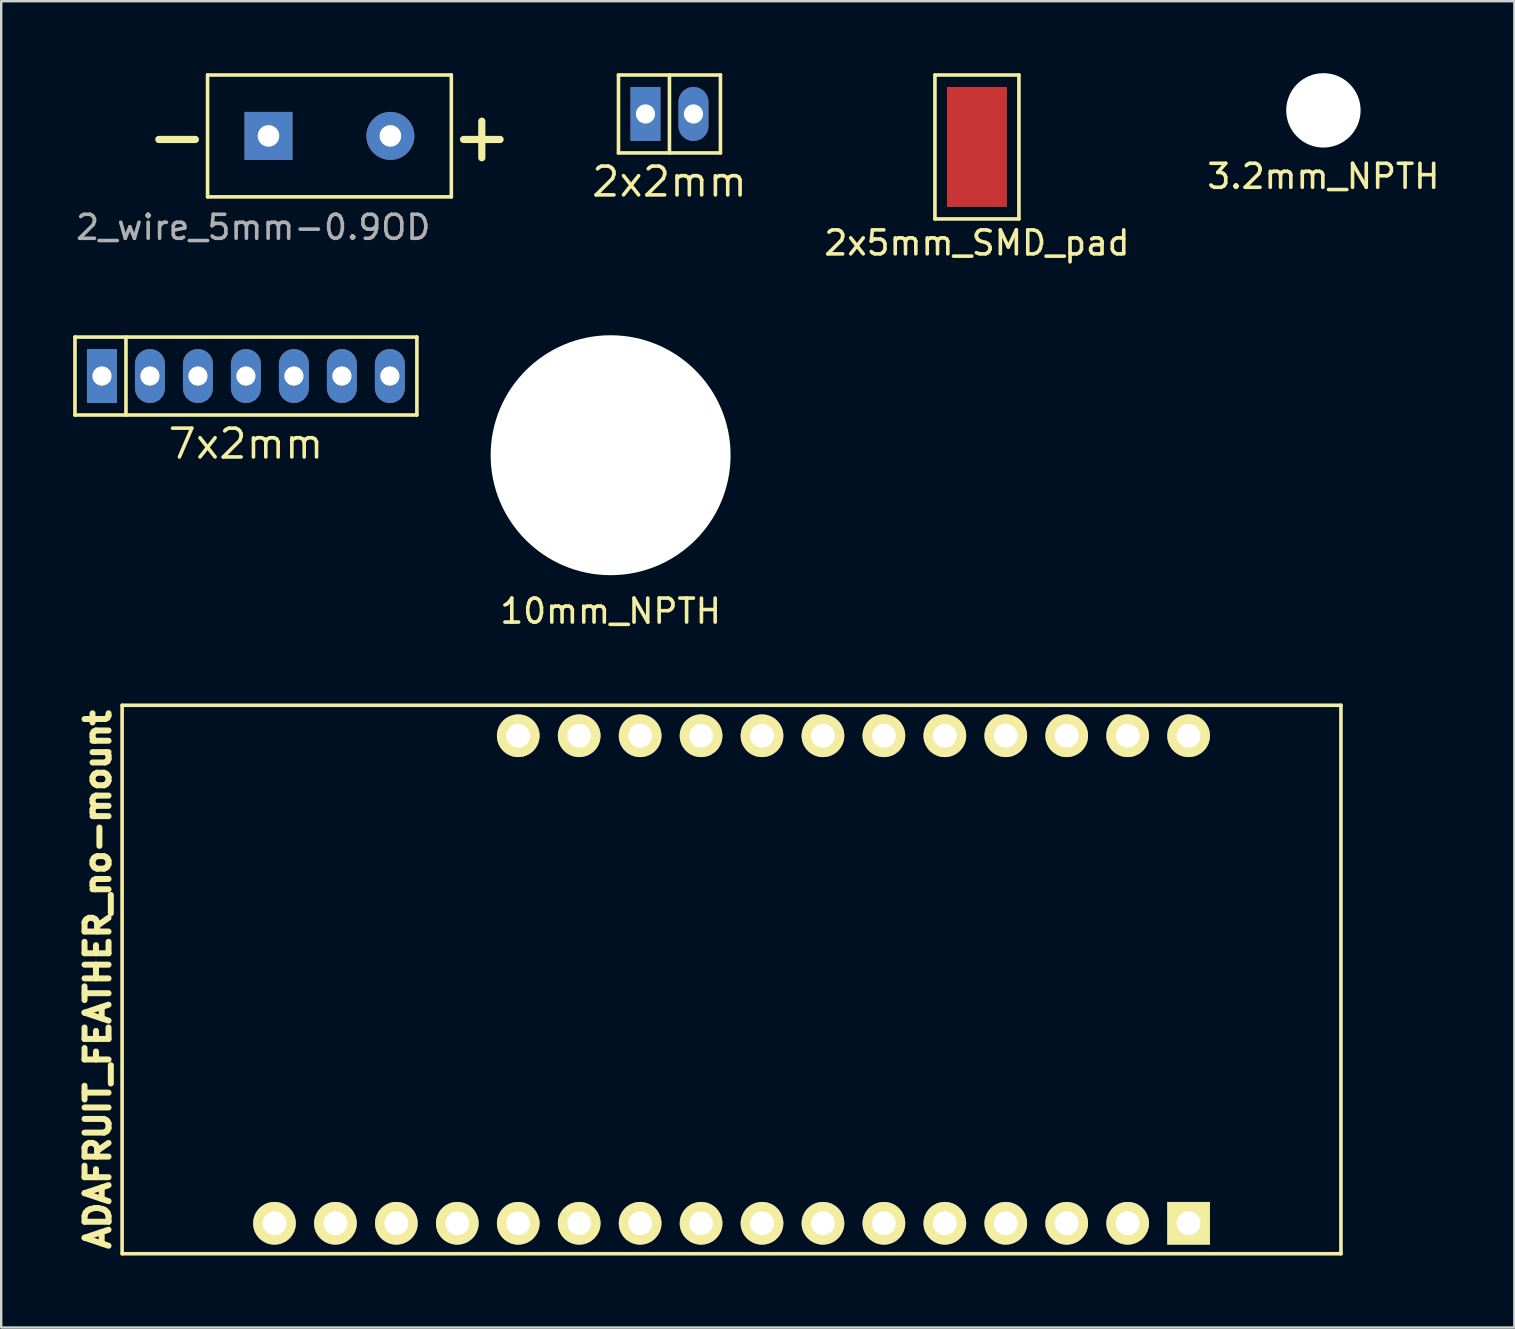
<source format=kicad_pcb>
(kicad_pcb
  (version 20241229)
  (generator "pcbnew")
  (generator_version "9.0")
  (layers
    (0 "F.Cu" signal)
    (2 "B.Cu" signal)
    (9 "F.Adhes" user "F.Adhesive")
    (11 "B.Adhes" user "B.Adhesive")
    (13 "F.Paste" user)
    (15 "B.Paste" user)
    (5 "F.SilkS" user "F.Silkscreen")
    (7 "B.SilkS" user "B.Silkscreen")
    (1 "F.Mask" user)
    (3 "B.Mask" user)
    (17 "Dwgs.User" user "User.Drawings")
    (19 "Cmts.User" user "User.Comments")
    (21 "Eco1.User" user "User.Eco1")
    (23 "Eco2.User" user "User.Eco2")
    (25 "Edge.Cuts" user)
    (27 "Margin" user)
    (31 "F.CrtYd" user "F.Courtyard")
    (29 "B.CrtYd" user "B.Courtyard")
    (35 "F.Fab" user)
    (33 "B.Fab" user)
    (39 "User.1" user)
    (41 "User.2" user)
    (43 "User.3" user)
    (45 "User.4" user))
  (footprint "10mm_NPTH"
    (layer "F.Cu")
    (at 22.4 15.923)
    (property "Reference" "10mm_NPTH" (at 0 6.5 0) (layer "F.SilkS") (effects (font (size 1 1) (thickness 0.15))))
    (attr through_hole)
    (pad "" np_thru_hole circle (at 0 0) (size 10 10) (drill 10) (layers "*.Cu" "*.Mask")))
  (footprint "2x5mm_SMD_pad"
    (layer "F.Cu")
    (at 37.668 3.075)
    (property "Reference" "2x5mm_SMD_pad" (at 0 4 0) (layer "F.SilkS") (effects (font (size 1 1) (thickness 0.15))))
    (attr through_hole)
    (fp_line (start -1.75 -3) (end 1.75 -3) (stroke (width 0.15) (type solid)) (layer "F.SilkS"))
    (fp_line (start -1.75 3) (end -1.75 -3) (stroke (width 0.15) (type solid)) (layer "F.SilkS"))
    (fp_line (start 1.75 -3) (end 1.75 3) (stroke (width 0.15) (type solid)) (layer "F.SilkS"))
    (fp_line (start 1.75 3) (end -1.75 3) (stroke (width 0.15) (type solid)) (layer "F.SilkS"))
    (pad "1" smd rect (at 0 0) (size 2.5 5) (layers "F.Cu" "F.Mask" "F.Paste")))
  (footprint "3.2mm_NPTH"
    (layer "F.Cu")
    (at 52.109 1.55)
    (property "Reference" "3.2mm_NPTH" (at 0 2.75 0) (layer "F.SilkS") (effects (font (size 1 1) (thickness 0.15))))
    (attr through_hole)
    (pad "" np_thru_hole circle (at 0 0) (size 3.1 3.1) (drill 3.1) (layers "*.Cu" "*.Mask")))
  (footprint "ADAFRUIT_FEATHER_no-mount"
    (layer "F.Cu")
    (at 27.44 37.776)
    (property "Reference" "ADAFRUIT_FEATHER_no-mount" (at -26.416 0 90) (layer "F.SilkS") (effects (font (size 1 1) (thickness 0.25))))
    (attr through_hole)
    (fp_line (start -25.4 -11.43) (end -25.4 11.43) (stroke (width 0.15) (type solid)) (layer "F.SilkS"))
    (fp_line (start -25.4 11.43) (end 25.4 11.43) (stroke (width 0.15) (type solid)) (layer "F.SilkS"))
    (fp_line (start 25.4 -11.43) (end -25.4 -11.43) (stroke (width 0.15) (type solid)) (layer "F.SilkS"))
    (fp_line (start 25.4 11.43) (end 25.4 -11.43) (stroke (width 0.15) (type solid)) (layer "F.SilkS"))
    (pad "1" thru_hole rect (at 19.05 10.16) (size 1.778 1.778) (drill 0.991) (layers "*.Cu" "*.Mask" "F.SilkS"))
    (pad "2" thru_hole circle (at 16.51 10.16) (size 1.778 1.778) (drill 0.991) (layers "*.Cu" "*.Mask" "F.SilkS"))
    (pad "3" thru_hole circle (at 13.97 10.16) (size 1.778 1.778) (drill 0.991) (layers "*.Cu" "*.Mask" "F.SilkS"))
    (pad "4" thru_hole circle (at 11.43 10.16) (size 1.778 1.778) (drill 0.991) (layers "*.Cu" "*.Mask" "F.SilkS"))
    (pad "5" thru_hole circle (at 8.89 10.16) (size 1.778 1.778) (drill 0.991) (layers "*.Cu" "*.Mask" "F.SilkS"))
    (pad "6" thru_hole circle (at 6.35 10.16) (size 1.778 1.778) (drill 0.991) (layers "*.Cu" "*.Mask" "F.SilkS"))
    (pad "7" thru_hole circle (at 3.81 10.16) (size 1.778 1.778) (drill 0.991) (layers "*.Cu" "*.Mask" "F.SilkS"))
    (pad "8" thru_hole circle (at 1.27 10.16) (size 1.778 1.778) (drill 0.991) (layers "*.Cu" "*.Mask" "F.SilkS"))
    (pad "9" thru_hole circle (at -1.27 10.16) (size 1.778 1.778) (drill 0.991) (layers "*.Cu" "*.Mask" "F.SilkS"))
    (pad "10" thru_hole circle (at -3.81 10.16) (size 1.778 1.778) (drill 0.991) (layers "*.Cu" "*.Mask" "F.SilkS"))
    (pad "11" thru_hole circle (at -6.35 10.16) (size 1.778 1.778) (drill 0.991) (layers "*.Cu" "*.Mask" "F.SilkS"))
    (pad "12" thru_hole circle (at -8.89 10.16) (size 1.778 1.778) (drill 0.991) (layers "*.Cu" "*.Mask" "F.SilkS"))
    (pad "13" thru_hole circle (at -11.43 10.16) (size 1.778 1.778) (drill 0.991) (layers "*.Cu" "*.Mask" "F.SilkS"))
    (pad "14" thru_hole circle (at -13.97 10.16) (size 1.778 1.778) (drill 0.991) (layers "*.Cu" "*.Mask" "F.SilkS"))
    (pad "15" thru_hole circle (at -16.51 10.16) (size 1.778 1.778) (drill 0.991) (layers "*.Cu" "*.Mask" "F.SilkS"))
    (pad "16" thru_hole circle (at -19.05 10.16) (size 1.778 1.778) (drill 0.991) (layers "*.Cu" "*.Mask" "F.SilkS"))
    (pad "17" thru_hole circle (at -8.89 -10.16) (size 1.778 1.778) (drill 0.991) (layers "*.Cu" "*.Mask" "F.SilkS"))
    (pad "18" thru_hole circle (at -6.35 -10.16) (size 1.778 1.778) (drill 0.991) (layers "*.Cu" "*.Mask" "F.SilkS"))
    (pad "19" thru_hole circle (at -3.81 -10.16) (size 1.778 1.778) (drill 0.991) (layers "*.Cu" "*.Mask" "F.SilkS"))
    (pad "20" thru_hole circle (at -1.27 -10.16) (size 1.778 1.778) (drill 0.991) (layers "*.Cu" "*.Mask" "F.SilkS"))
    (pad "21" thru_hole circle (at 1.27 -10.16) (size 1.778 1.778) (drill 0.991) (layers "*.Cu" "*.Mask" "F.SilkS"))
    (pad "22" thru_hole circle (at 3.81 -10.16) (size 1.778 1.778) (drill 0.991) (layers "*.Cu" "*.Mask" "F.SilkS"))
    (pad "23" thru_hole circle (at 6.35 -10.16) (size 1.778 1.778) (drill 0.991) (layers "*.Cu" "*.Mask" "F.SilkS"))
    (pad "24" thru_hole circle (at 8.89 -10.16) (size 1.778 1.778) (drill 0.991) (layers "*.Cu" "*.Mask" "F.SilkS"))
    (pad "25" thru_hole circle (at 11.43 -10.16) (size 1.778 1.778) (drill 0.991) (layers "*.Cu" "*.Mask" "F.SilkS"))
    (pad "26" thru_hole circle (at 13.97 -10.16) (size 1.778 1.778) (drill 0.991) (layers "*.Cu" "*.Mask" "F.SilkS"))
    (pad "27" thru_hole circle (at 16.51 -10.16) (size 1.778 1.778) (drill 0.991) (layers "*.Cu" "*.Mask" "F.SilkS"))
    (pad "28" thru_hole circle (at 19.05 -10.16) (size 1.778 1.778) (drill 0.991) (layers "*.Cu" "*.Mask" "F.SilkS")))
  (footprint "7x2mm"
    (layer "F.Cu")
    (at 7.2 12.623)
    (property "Reference" "7x2mm" (at 0 2.825 0) (layer "F.SilkS") (effects (font (size 1.2 1.2) (thickness 0.15))))
    (attr through_hole)
    (fp_line (start -7.125 -1.625) (end 7.125 -1.625) (stroke (width 0.15) (type solid)) (layer "F.SilkS"))
    (fp_line (start -7.125 1.625) (end -7.125 -1.625) (stroke (width 0.15) (type solid)) (layer "F.SilkS"))
    (fp_line (start -5 -1.625) (end -5 1.625) (stroke (width 0.15) (type solid)) (layer "F.SilkS"))
    (fp_line (start 7.125 -1.625) (end 7.125 1.625) (stroke (width 0.15) (type solid)) (layer "F.SilkS"))
    (fp_line (start 7.125 1.625) (end -7.125 1.625) (stroke (width 0.15) (type solid)) (layer "F.SilkS"))
    (pad "1" thru_hole rect (at -6 0) (size 1.25 2.25) (drill 0.8) (layers "*.Cu" "*.Mask"))
    (pad "2" thru_hole oval (at -4 0) (size 1.25 2.25) (drill 0.8) (layers "*.Cu" "*.Mask"))
    (pad "3" thru_hole oval (at -2 0) (size 1.25 2.25) (drill 0.8) (layers "*.Cu" "*.Mask"))
    (pad "4" thru_hole oval (at 0 0) (size 1.25 2.25) (drill 0.8) (layers "*.Cu" "*.Mask"))
    (pad "5" thru_hole oval (at 2 0) (size 1.25 2.25) (drill 0.8) (layers "*.Cu" "*.Mask"))
    (pad "6" thru_hole oval (at 4 0) (size 1.25 2.25) (drill 0.8) (layers "*.Cu" "*.Mask"))
    (pad "7" thru_hole oval (at 6 0) (size 1.25 2.25) (drill 0.8) (layers "*.Cu" "*.Mask")))
  (footprint "2x2mm"
    (layer "F.Cu")
    (at 24.853 1.7)
    (property "Reference" "2x2mm" (at 0 2.825 0) (layer "F.SilkS") (effects (font (size 1.2 1.2) (thickness 0.15))))
    (attr through_hole)
    (fp_line (start -2.125 -1.625) (end 2.125 -1.625) (stroke (width 0.15) (type solid)) (layer "F.SilkS"))
    (fp_line (start -2.125 1.625) (end -2.125 -1.625) (stroke (width 0.15) (type solid)) (layer "F.SilkS"))
    (fp_line (start 0 -1.625) (end 0 1.625) (stroke (width 0.15) (type solid)) (layer "F.SilkS"))
    (fp_line (start 2.125 -1.625) (end 2.125 1.625) (stroke (width 0.15) (type solid)) (layer "F.SilkS"))
    (fp_line (start 2.125 1.625) (end -2.125 1.625) (stroke (width 0.15) (type solid)) (layer "F.SilkS"))
    (pad "1" thru_hole rect (at -1 0) (size 1.25 2.25) (drill 0.8) (layers "*.Cu" "*.Mask"))
    (pad "2" thru_hole oval (at 1 0) (size 1.25 2.25) (drill 0.8) (layers "*.Cu" "*.Mask")))
  (footprint "2_wire_5mm-0.9OD"
    (layer "F.Cu")
    (at 10.681 2.615)
    (property "Reference" "2_wire_5mm-0.9OD" (at -3.175 3.81 180) (layer "F.Fab") (effects (font (size 1 1) (thickness 0.15))))
    (attr through_hole)
    (fp_line (start -5.08 -2.54) (end 5.08 -2.54) (stroke (width 0.15) (type solid)) (layer "F.SilkS"))
    (fp_line (start -5.08 2.54) (end -5.08 -2.54) (stroke (width 0.15) (type solid)) (layer "F.SilkS"))
    (fp_line (start 5.08 -2.54) (end 5.08 2.54) (stroke (width 0.15) (type solid)) (layer "F.SilkS"))
    (fp_line (start 5.08 2.54) (end -5.08 2.54) (stroke (width 0.15) (type solid)) (layer "F.SilkS"))
    (fp_text user "+" (at 6.35 0 0) (layer "F.SilkS") (effects (font (size 2 2) (thickness 0.3))))
    (fp_text user "-" (at -6.35 0 0) (layer "F.SilkS") (effects (font (size 2 2) (thickness 0.3))))
    (pad "1" thru_hole rect (at -2.54 0) (size 2 2) (drill 0.9) (layers "*.Cu" "*.Mask"))
    (pad "2" thru_hole circle (at 2.54 0) (size 2 2) (drill 0.9) (layers "*.Cu" "*.Mask")))
  (gr_rect
    (start -3 -3)
    (end 60.067 52.282)
    (stroke (width 0.1) (type default))
    (fill no)
    (layer "Edge.Cuts")))
</source>
